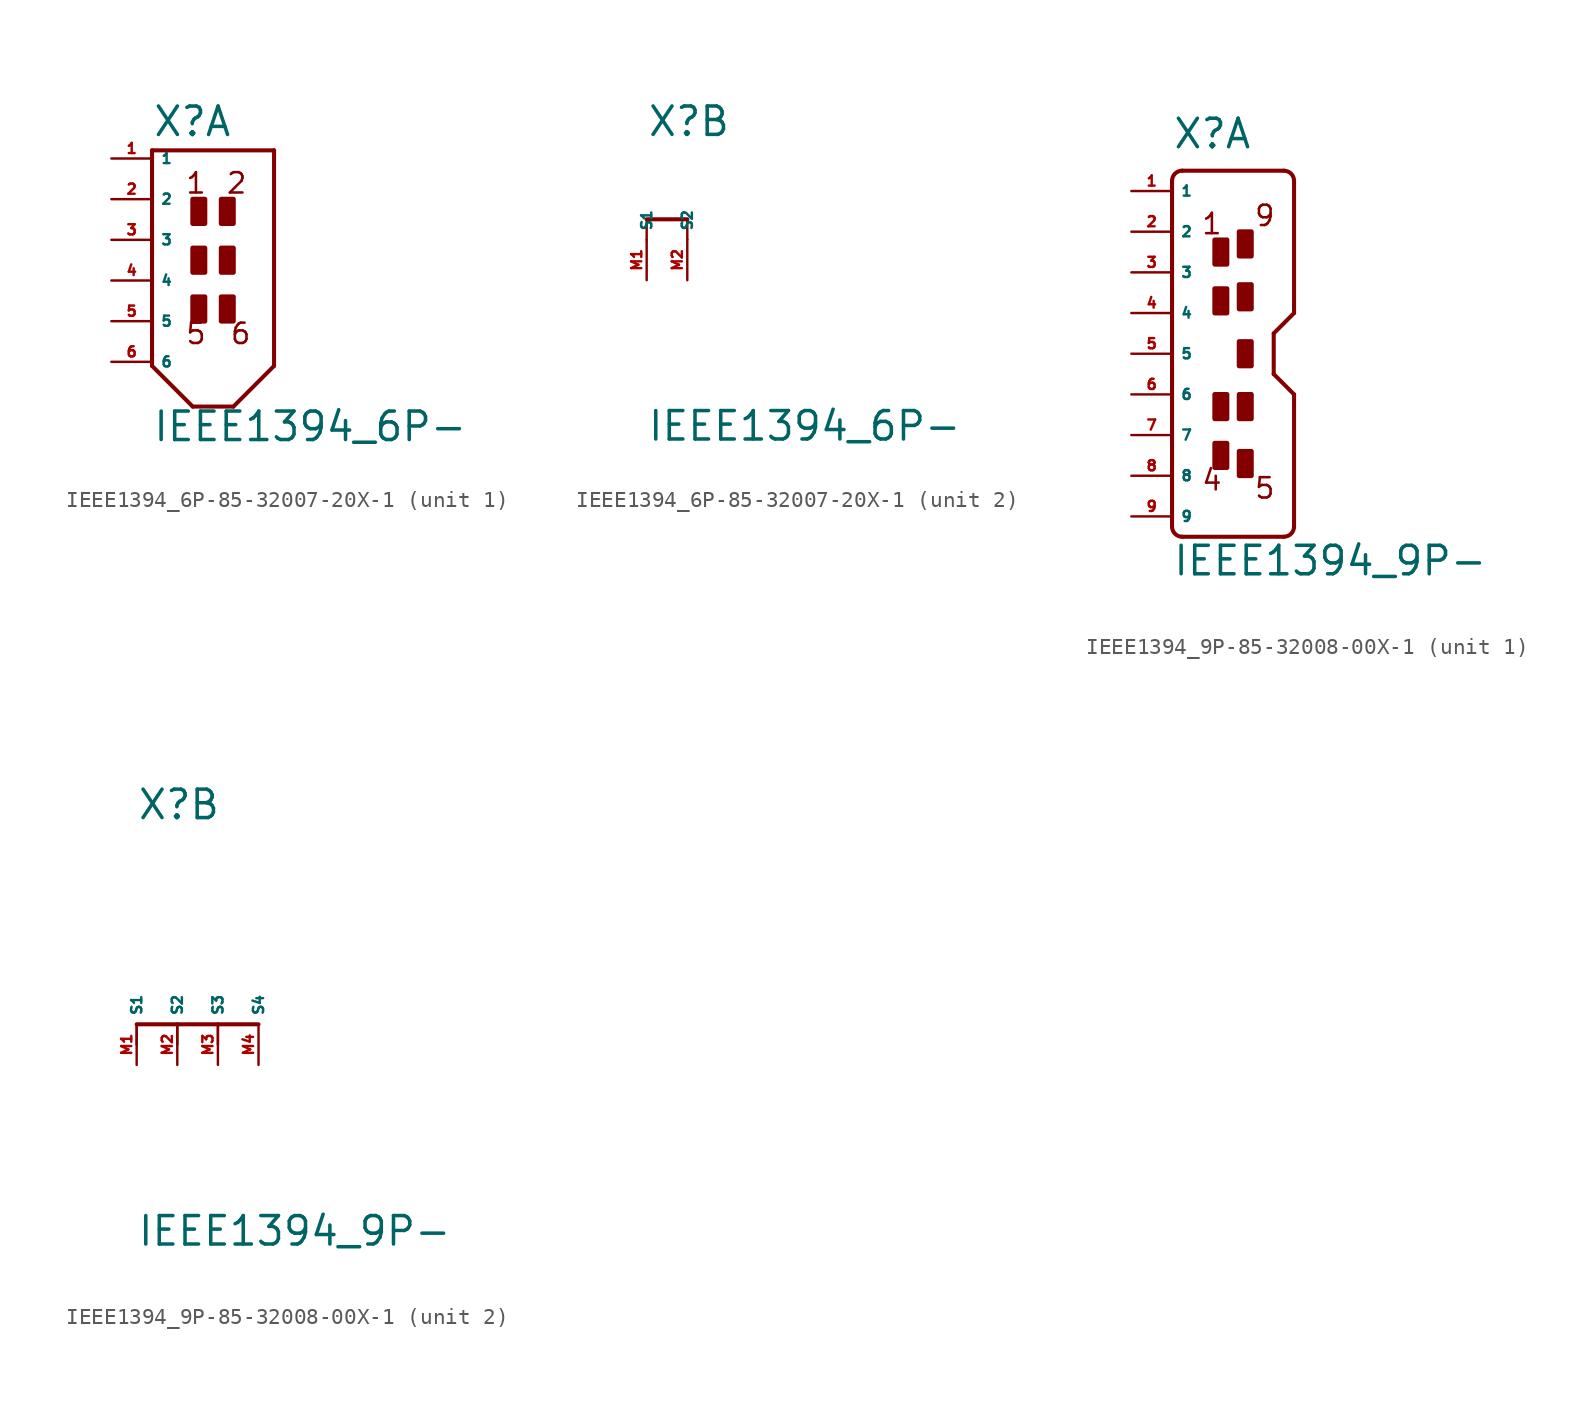
<source format=kicad_sym>
(kicad_symbol_lib
  (version 20220914)
  (generator Eagle2Kicad)
  (symbol "IEEE1394_6P-85-32007-20X-1"
    (property "Reference" "X"
      (at -2.54 6.35 0)
      (effects (font (size 1.778 1.778) (thickness 0.22)) (justify left bottom)))
    (property "Value" "IEEE1394_6P-"
      (at -2.54 -12.7 0)
      (effects (font (size 1.778 1.778) (thickness 0.22)) (justify left bottom)))
    (symbol "IEEE1394_6P-85-32007-20X-1_1_0"
      (polyline (pts (xy 5.08 5.588) (xy -2.54 5.588)) (stroke (width 0.254) (type default)) (fill (type none)))
      (polyline (pts (xy -2.54 5.588) (xy -2.54 -7.874)) (stroke (width 0.254) (type default)) (fill (type none)))
      (polyline (pts (xy -2.54 -7.874) (xy 0 -10.414)) (stroke (width 0.254) (type default)) (fill (type none)))
      (polyline (pts (xy 0 -10.414) (xy 2.54 -10.414)) (stroke (width 0.254) (type default)) (fill (type none)))
      (polyline (pts (xy 2.54 -10.414) (xy 5.08 -7.874)) (stroke (width 0.254) (type default)) (fill (type none)))
      (polyline (pts (xy 5.08 -7.874) (xy 5.08 5.588)) (stroke (width 0.254) (type default)) (fill (type none)))
      (text "1" (at -0.508 2.794 0) (effects (font (size 1.27 1.27) (thickness 0.16)) (justify left bottom)))
      (text "2" (at 2.032 2.794 0) (effects (font (size 1.27 1.27) (thickness 0.16)) (justify left bottom)))
      (text "5" (at -0.508 -6.604 0) (effects (font (size 1.27 1.27) (thickness 0.16)) (justify left bottom)))
      (text "6" (at 2.286 -6.604 0) (effects (font (size 1.27 1.27) (thickness 0.16)) (justify left bottom)))
      (rectangle (start 0 1.016) (end 0.762 2.54) (stroke (width 0.3) (type default)) (fill (type outline)))
      (rectangle (start 0 -2.032) (end 0.762 -0.508) (stroke (width 0.3) (type default)) (fill (type outline)))
      (rectangle (start 0 -5.08) (end 0.762 -3.556) (stroke (width 0.3) (type default)) (fill (type outline)))
      (rectangle (start 1.778 1.016) (end 2.54 2.54) (stroke (width 0.3) (type default)) (fill (type outline)))
      (rectangle (start 1.778 -2.032) (end 2.54 -0.508) (stroke (width 0.3) (type default)) (fill (type outline)))
      (rectangle (start 1.778 -5.08) (end 2.54 -3.556) (stroke (width 0.3) (type default)) (fill (type outline)))
      (pin passive line (at -5.08 5.08 0) (length 2.54) (name "1" (effects (font (size 0.635 0.635) (thickness 0.08)) (justify left bottom))) (number "1" (effects (font (size 0.635 0.635) (thickness 0.08)) (justify left bottom))))
      (pin passive line (at -5.08 2.54 0) (length 2.54) (name "2" (effects (font (size 0.635 0.635) (thickness 0.08)) (justify left bottom))) (number "2" (effects (font (size 0.635 0.635) (thickness 0.08)) (justify left bottom))))
      (pin passive line (at -5.08 0 0) (length 2.54) (name "3" (effects (font (size 0.635 0.635) (thickness 0.08)) (justify left bottom))) (number "3" (effects (font (size 0.635 0.635) (thickness 0.08)) (justify left bottom))))
      (pin passive line (at -5.08 -2.54 0) (length 2.54) (name "4" (effects (font (size 0.635 0.635) (thickness 0.08)) (justify left bottom))) (number "4" (effects (font (size 0.635 0.635) (thickness 0.08)) (justify left bottom))))
      (pin passive line (at -5.08 -5.08 0) (length 2.54) (name "5" (effects (font (size 0.635 0.635) (thickness 0.08)) (justify left bottom))) (number "5" (effects (font (size 0.635 0.635) (thickness 0.08)) (justify left bottom))))
      (pin passive line (at -5.08 -7.62 0) (length 2.54) (name "6" (effects (font (size 0.635 0.635) (thickness 0.08)) (justify left bottom))) (number "6" (effects (font (size 0.635 0.635) (thickness 0.08)) (justify left bottom)))))
    (symbol "IEEE1394_6P-85-32007-20X-1_2_0"
      (polyline (pts (xy -2.54 1.27) (xy 0 1.27)) (stroke (width 0.254) (type dash)) (fill (type none)))
      (polyline (pts (xy -2.54 0) (xy -2.54 1.27)) (stroke (width 0.152) (type default)) (fill (type none)))
      (polyline (pts (xy 0 0) (xy 0 1.27)) (stroke (width 0.152) (type default)) (fill (type none)))
      (pin passive line (at -2.54 -2.54 90) (length 2.54) (name "S1" (effects (font (size 0.635 0.635) (thickness 0.08)) (justify left bottom))) (number "M1" (effects (font (size 0.635 0.635) (thickness 0.08)) (justify left bottom))))
      (pin passive line (at 0 -2.54 90) (length 2.54) (name "S2" (effects (font (size 0.635 0.635) (thickness 0.08)) (justify left bottom))) (number "M2" (effects (font (size 0.635 0.635) (thickness 0.08)) (justify left bottom))))))
  (symbol "IEEE1394_9P-85-32008-00X-1"
    (property "Reference" "X"
      (at -2.54 12.7 0)
      (effects (font (size 1.778 1.778) (thickness 0.22)) (justify left bottom)))
    (property "Value" "IEEE1394_9P-"
      (at -2.54 -13.97 0)
      (effects (font (size 1.778 1.778) (thickness 0.22)) (justify left bottom)))
    (symbol "IEEE1394_9P-85-32008-00X-1_1_0"
      (arc (start -1.905 11.43) (mid -2.354 11.244) (end -2.54 10.795) (stroke (width 0.254) (type default)) (fill (type none)))
      (polyline (pts (xy -2.54 10.795) (xy -2.54 -10.795)) (stroke (width 0.254) (type default)) (fill (type none)))
      (arc (start -2.54 -10.795) (mid -2.354 -11.244) (end -1.905 -11.43) (stroke (width 0.254) (type default)) (fill (type none)))
      (polyline (pts (xy -1.905 -11.43) (xy 4.445 -11.43)) (stroke (width 0.254) (type default)) (fill (type none)))
      (arc (start 4.445 -11.43) (mid 4.894 -11.244) (end 5.08 -10.795) (stroke (width 0.254) (type default)) (fill (type none)))
      (polyline (pts (xy 5.08 -10.795) (xy 5.08 -2.54)) (stroke (width 0.254) (type default)) (fill (type none)))
      (polyline (pts (xy 5.08 -2.54) (xy 3.81 -1.27)) (stroke (width 0.254) (type default)) (fill (type none)))
      (polyline (pts (xy 3.81 -1.27) (xy 3.81 1.27)) (stroke (width 0.254) (type default)) (fill (type none)))
      (polyline (pts (xy 3.81 1.27) (xy 5.08 2.54)) (stroke (width 0.254) (type default)) (fill (type none)))
      (polyline (pts (xy 5.08 2.54) (xy 5.08 10.795)) (stroke (width 0.254) (type default)) (fill (type none)))
      (arc (start 5.08 10.795) (mid 4.894 11.244) (end 4.445 11.43) (stroke (width 0.254) (type default)) (fill (type none)))
      (polyline (pts (xy 4.445 11.43) (xy -1.905 11.43)) (stroke (width 0.254) (type default)) (fill (type none)))
      (text "1" (at -0.762 7.366 0) (effects (font (size 1.27 1.27) (thickness 0.16)) (justify left bottom)))
      (text "9" (at 2.54 7.874 0) (effects (font (size 1.27 1.27) (thickness 0.16)) (justify left bottom)))
      (text "4" (at -0.762 -8.636 0) (effects (font (size 1.27 1.27) (thickness 0.16)) (justify left bottom)))
      (text "5" (at 2.54 -9.144 0) (effects (font (size 1.27 1.27) (thickness 0.16)) (justify left bottom)))
      (rectangle (start 0.127 5.588) (end 0.889 7.112) (stroke (width 0.3) (type default)) (fill (type outline)))
      (rectangle (start 0.127 2.54) (end 0.889 4.064) (stroke (width 0.3) (type default)) (fill (type outline)))
      (rectangle (start 1.651 6.096) (end 2.413 7.62) (stroke (width 0.3) (type default)) (fill (type outline)))
      (rectangle (start 1.651 2.794) (end 2.413 4.318) (stroke (width 0.3) (type default)) (fill (type outline)))
      (rectangle (start 1.651 -0.762) (end 2.413 0.762) (stroke (width 0.3) (type default)) (fill (type outline)))
      (rectangle (start 0.127 -4.064) (end 0.889 -2.54) (stroke (width 0.3) (type default)) (fill (type outline)))
      (rectangle (start 0.127 -7.112) (end 0.889 -5.588) (stroke (width 0.3) (type default)) (fill (type outline)))
      (rectangle (start 1.651 -4.064) (end 2.413 -2.54) (stroke (width 0.3) (type default)) (fill (type outline)))
      (rectangle (start 1.651 -7.62) (end 2.413 -6.096) (stroke (width 0.3) (type default)) (fill (type outline)))
      (pin passive line (at -5.08 10.16 0) (length 2.54) (name "1" (effects (font (size 0.635 0.635) (thickness 0.08)) (justify left bottom))) (number "1" (effects (font (size 0.635 0.635) (thickness 0.08)) (justify left bottom))))
      (pin passive line (at -5.08 7.62 0) (length 2.54) (name "2" (effects (font (size 0.635 0.635) (thickness 0.08)) (justify left bottom))) (number "2" (effects (font (size 0.635 0.635) (thickness 0.08)) (justify left bottom))))
      (pin passive line (at -5.08 5.08 0) (length 2.54) (name "3" (effects (font (size 0.635 0.635) (thickness 0.08)) (justify left bottom))) (number "3" (effects (font (size 0.635 0.635) (thickness 0.08)) (justify left bottom))))
      (pin passive line (at -5.08 2.54 0) (length 2.54) (name "4" (effects (font (size 0.635 0.635) (thickness 0.08)) (justify left bottom))) (number "4" (effects (font (size 0.635 0.635) (thickness 0.08)) (justify left bottom))))
      (pin passive line (at -5.08 0 0) (length 2.54) (name "5" (effects (font (size 0.635 0.635) (thickness 0.08)) (justify left bottom))) (number "5" (effects (font (size 0.635 0.635) (thickness 0.08)) (justify left bottom))))
      (pin passive line (at -5.08 -2.54 0) (length 2.54) (name "6" (effects (font (size 0.635 0.635) (thickness 0.08)) (justify left bottom))) (number "6" (effects (font (size 0.635 0.635) (thickness 0.08)) (justify left bottom))))
      (pin passive line (at -5.08 -5.08 0) (length 2.54) (name "7" (effects (font (size 0.635 0.635) (thickness 0.08)) (justify left bottom))) (number "7" (effects (font (size 0.635 0.635) (thickness 0.08)) (justify left bottom))))
      (pin passive line (at -5.08 -7.62 0) (length 2.54) (name "8" (effects (font (size 0.635 0.635) (thickness 0.08)) (justify left bottom))) (number "8" (effects (font (size 0.635 0.635) (thickness 0.08)) (justify left bottom))))
      (pin passive line (at -5.08 -10.16 0) (length 2.54) (name "9" (effects (font (size 0.635 0.635) (thickness 0.08)) (justify left bottom))) (number "9" (effects (font (size 0.635 0.635) (thickness 0.08)) (justify left bottom)))))
    (symbol "IEEE1394_9P-85-32008-00X-1_2_0"
      (polyline (pts (xy -2.54 0) (xy 0 0)) (stroke (width 0.254) (type dash)) (fill (type none)))
      (polyline (pts (xy 0 0) (xy 2.54 0)) (stroke (width 0.254) (type dash)) (fill (type none)))
      (polyline (pts (xy 2.54 0) (xy 5.08 0)) (stroke (width 0.254) (type dash)) (fill (type none)))
      (polyline (pts (xy -2.54 -1.27) (xy -2.54 0)) (stroke (width 0.152) (type default)) (fill (type none)))
      (polyline (pts (xy 0 -1.27) (xy 0 0)) (stroke (width 0.152) (type default)) (fill (type none)))
      (polyline (pts (xy 2.54 -1.27) (xy 2.54 0)) (stroke (width 0.152) (type default)) (fill (type none)))
      (pin passive line (at -2.54 -2.54 90) (length 2.54) (name "S1" (effects (font (size 0.635 0.635) (thickness 0.08)) (justify left bottom))) (number "M1" (effects (font (size 0.635 0.635) (thickness 0.08)) (justify left bottom))))
      (pin passive line (at 0 -2.54 90) (length 2.54) (name "S2" (effects (font (size 0.635 0.635) (thickness 0.08)) (justify left bottom))) (number "M2" (effects (font (size 0.635 0.635) (thickness 0.08)) (justify left bottom))))
      (pin passive line (at 2.54 -2.54 90) (length 2.54) (name "S3" (effects (font (size 0.635 0.635) (thickness 0.08)) (justify left bottom))) (number "M3" (effects (font (size 0.635 0.635) (thickness 0.08)) (justify left bottom))))
      (pin passive line (at 5.08 -2.54 90) (length 2.54) (name "S4" (effects (font (size 0.635 0.635) (thickness 0.08)) (justify left bottom))) (number "M4" (effects (font (size 0.635 0.635) (thickness 0.08)) (justify left bottom)))))))
</source>
